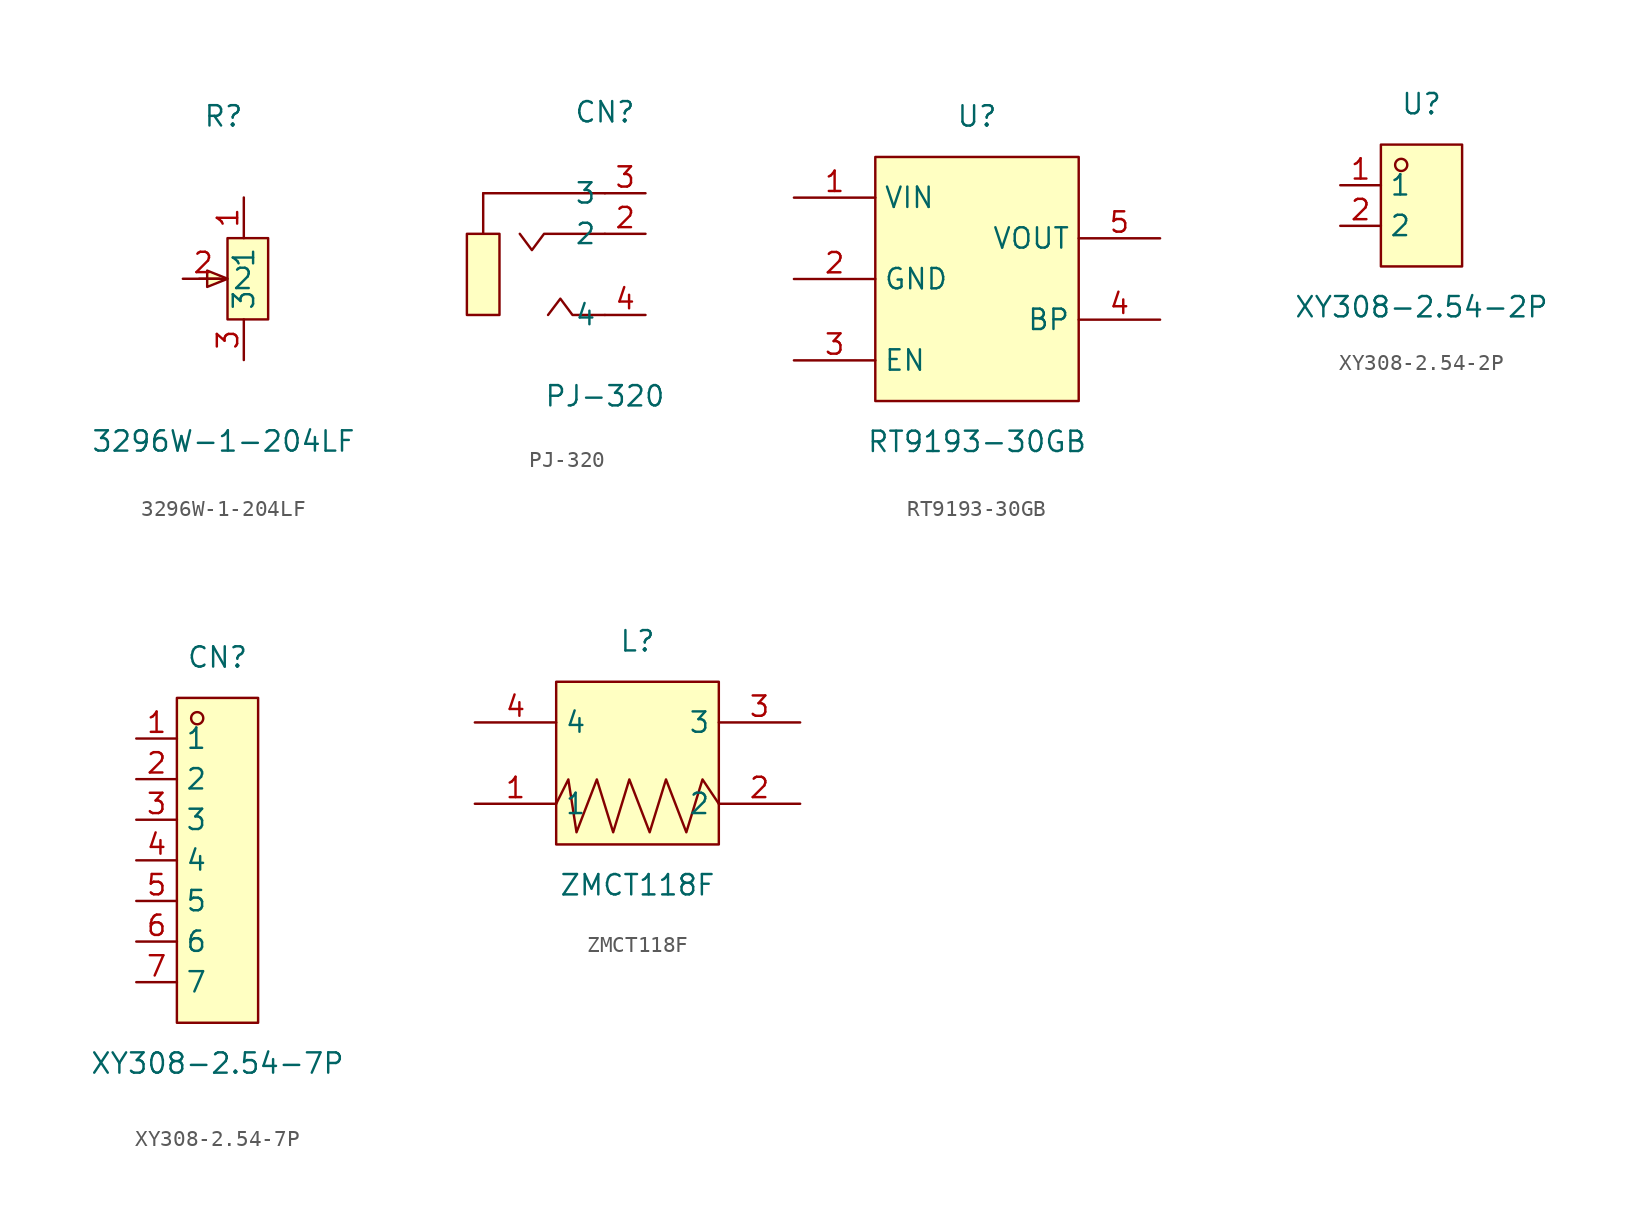
<source format=kicad_sym>
(kicad_symbol_lib
  (version 20220914)
  (generator https://github.com/uPesy/easyeda2kicad.py)
  (symbol "3296W-1-204LF"
    (property "Reference" "R"
      (at 0 10.16 0)
      (effects (font (size 1.27 1.27))))
    (property "Value" "3296W-1-204LF"
      (at 0 -10.16 0)
      (effects (font (size 1.27 1.27))))
    (symbol "3296W-1-204LF_0_1"
      (polyline (pts (xy 0.25 -2.54) (xy 0.25 2.54) (xy 2.79 2.54) (xy 2.79 -2.54) (xy 0.25 -2.54)) (stroke (width 0) (type default) (color 0 0 0 0)) (fill (type background)))
      (polyline (pts (xy -0.25 -0.00) (xy -1.52 -0.00)) (stroke (width 0) (type default) (color 0 0 0 0)) (fill (type none)))
      (polyline (pts (xy 0.25 -0.00) (xy -1.02 -0.51) (xy -1.02 0.51) (xy 0.25 -0.00)) (stroke (width 0) (type default) (color 0 0 0 0)) (fill (type background)))
      (pin input line (at 1.27 5.08 270) (length 2.54) (name "1" (effects (font (size 1.27 1.27)))) (number "1" (effects (font (size 1.27 1.27)))))
      (pin input line (at -2.54 -0.00 0) (length 2.54) (name "2" (effects (font (size 1.27 1.27)))) (number "2" (effects (font (size 1.27 1.27)))))
      (pin input line (at 1.27 -5.08 90) (length 2.54) (name "3" (effects (font (size 1.27 1.27)))) (number "3" (effects (font (size 1.27 1.27)))))))
  (symbol "PJ-320"
    (property "Reference" "CN"
      (at 0 7.62 0)
      (effects (font (size 1.27 1.27))))
    (property "Value" "PJ-320"
      (at 0 -10.16 0)
      (effects (font (size 1.27 1.27))))
    (symbol "PJ-320_0_1"
      (rectangle (start -8.64 -0.00) (end -6.60 -5.08) (stroke (width 0) (type default) (color 0 0 0 0)) (fill (type background)))
      (polyline (pts (xy -7.62 2.54) (xy 0.00 2.54)) (stroke (width 0) (type default) (color 0 0 0 0)) (fill (type none)))
      (polyline (pts (xy -7.62 2.54) (xy -7.62 -0.00)) (stroke (width 0) (type default) (color 0 0 0 0)) (fill (type none)))
      (polyline (pts (xy 0.00 -0.00) (xy -3.81 -0.00) (xy -4.57 -1.02) (xy -5.33 -0.00)) (stroke (width 0) (type default) (color 0 0 0 0)) (fill (type none)))
      (polyline (pts (xy 0.00 -5.08) (xy -2.03 -5.08) (xy -2.79 -4.06) (xy -3.56 -5.08)) (stroke (width 0) (type default) (color 0 0 0 0)) (fill (type none)))
      (pin unspecified line (at 2.54 -5.08 180) (length 2.54) (name "4" (effects (font (size 1.27 1.27)))) (number "4" (effects (font (size 1.27 1.27)))))
      (pin unspecified line (at 2.54 -0.00 180) (length 2.54) (name "2" (effects (font (size 1.27 1.27)))) (number "2" (effects (font (size 1.27 1.27)))))
      (pin unspecified line (at 2.54 2.54 180) (length 2.54) (name "3" (effects (font (size 1.27 1.27)))) (number "3" (effects (font (size 1.27 1.27)))))))
  (symbol "RT9193-30GB"
    (property "Reference" "U"
      (at 0 10.16 0)
      (effects (font (size 1.27 1.27))))
    (property "Value" "RT9193-30GB"
      (at 0 -10.16 0)
      (effects (font (size 1.27 1.27))))
    (symbol "RT9193-30GB_0_1"
      (rectangle (start -6.35 7.62) (end 6.35 -7.62) (stroke (width 0) (type default) (color 0 0 0 0)) (fill (type background)))
      (pin unspecified line (at -11.43 5.08 0) (length 5.08) (name "VIN" (effects (font (size 1.27 1.27)))) (number "1" (effects (font (size 1.27 1.27)))))
      (pin unspecified line (at -11.43 -0.00 0) (length 5.08) (name "GND" (effects (font (size 1.27 1.27)))) (number "2" (effects (font (size 1.27 1.27)))))
      (pin unspecified line (at -11.43 -5.08 0) (length 5.08) (name "EN" (effects (font (size 1.27 1.27)))) (number "3" (effects (font (size 1.27 1.27)))))
      (pin unspecified line (at 11.43 -2.54 180) (length 5.08) (name "BP" (effects (font (size 1.27 1.27)))) (number "4" (effects (font (size 1.27 1.27)))))
      (pin unspecified line (at 11.43 2.54 180) (length 5.08) (name "VOUT" (effects (font (size 1.27 1.27)))) (number "5" (effects (font (size 1.27 1.27)))))))
  (symbol "XY308-2.54-2P"
    (property "Reference" "U"
      (at 0 6.35 0)
      (effects (font (size 1.27 1.27))))
    (property "Value" "XY308-2.54-2P"
      (at 0 -6.35 0)
      (effects (font (size 1.27 1.27))))
    (symbol "XY308-2.54-2P_0_1"
      (rectangle (start -2.54 3.81) (end 2.54 -3.81) (stroke (width 0) (type default) (color 0 0 0 0)) (fill (type background)))
      (circle (center -1.27 2.54) (radius 0.38) (stroke (width 0) (type default) (color 0 0 0 0)) (fill (type none)))
      (pin unspecified line (at -5.08 1.27 0) (length 2.54) (name "1" (effects (font (size 1.27 1.27)))) (number "1" (effects (font (size 1.27 1.27)))))
      (pin unspecified line (at -5.08 -1.27 0) (length 2.54) (name "2" (effects (font (size 1.27 1.27)))) (number "2" (effects (font (size 1.27 1.27)))))))
  (symbol "XY308-2.54-7P"
    (property "Reference" "CN"
      (at 0 12.70 0)
      (effects (font (size 1.27 1.27))))
    (property "Value" "XY308-2.54-7P"
      (at 0 -12.70 0)
      (effects (font (size 1.27 1.27))))
    (symbol "XY308-2.54-7P_0_1"
      (rectangle (start -2.54 10.16) (end 2.54 -10.16) (stroke (width 0) (type default) (color 0 0 0 0)) (fill (type background)))
      (circle (center -1.27 8.89) (radius 0.38) (stroke (width 0) (type default) (color 0 0 0 0)) (fill (type none)))
      (pin unspecified line (at -5.08 7.62 0) (length 2.54) (name "1" (effects (font (size 1.27 1.27)))) (number "1" (effects (font (size 1.27 1.27)))))
      (pin unspecified line (at -5.08 5.08 0) (length 2.54) (name "2" (effects (font (size 1.27 1.27)))) (number "2" (effects (font (size 1.27 1.27)))))
      (pin unspecified line (at -5.08 2.54 0) (length 2.54) (name "3" (effects (font (size 1.27 1.27)))) (number "3" (effects (font (size 1.27 1.27)))))
      (pin unspecified line (at -5.08 -0.00 0) (length 2.54) (name "4" (effects (font (size 1.27 1.27)))) (number "4" (effects (font (size 1.27 1.27)))))
      (pin unspecified line (at -5.08 -2.54 0) (length 2.54) (name "5" (effects (font (size 1.27 1.27)))) (number "5" (effects (font (size 1.27 1.27)))))
      (pin unspecified line (at -5.08 -5.08 0) (length 2.54) (name "6" (effects (font (size 1.27 1.27)))) (number "6" (effects (font (size 1.27 1.27)))))
      (pin unspecified line (at -5.08 -7.62 0) (length 2.54) (name "7" (effects (font (size 1.27 1.27)))) (number "7" (effects (font (size 1.27 1.27)))))))
  (symbol "ZMCT118F"
    (property "Reference" "L"
      (at 0 7.62 0)
      (effects (font (size 1.27 1.27))))
    (property "Value" "ZMCT118F"
      (at 0 -7.62 0)
      (effects (font (size 1.27 1.27))))
    (symbol "ZMCT118F_0_1"
      (rectangle (start -5.08 5.08) (end 5.08 -5.08) (stroke (width 0) (type default)) (fill (type background)))
      (polyline (pts (xy -5.08 -2.54) (xy -4.32 -1.02) (xy -3.81 -4.32) (xy -2.54 -1.02) (xy -1.52 -4.32) (xy -0.51 -1.02) (xy 0.76 -4.32) (xy 1.78 -1.02) (xy 3.05 -4.32) (xy 4.06 -1.02) (xy 5.08 -2.54)) (stroke (width 0) (type default)) (fill (type none)))
      (pin unspecified line (at -10.16 -2.54 0) (length 5.08) (name "1" (effects (font (size 1.27 1.27)))) (number "1" (effects (font (size 1.27 1.27)))))
      (pin unspecified line (at 10.16 -2.54 180) (length 5.08) (name "2" (effects (font (size 1.27 1.27)))) (number "2" (effects (font (size 1.27 1.27)))))
      (pin unspecified line (at 10.16 2.54 180) (length 5.08) (name "3" (effects (font (size 1.27 1.27)))) (number "3" (effects (font (size 1.27 1.27)))))
      (pin unspecified line (at -10.16 2.54 0) (length 5.08) (name "4" (effects (font (size 1.27 1.27)))) (number "4" (effects (font (size 1.27 1.27))))))))
</source>
